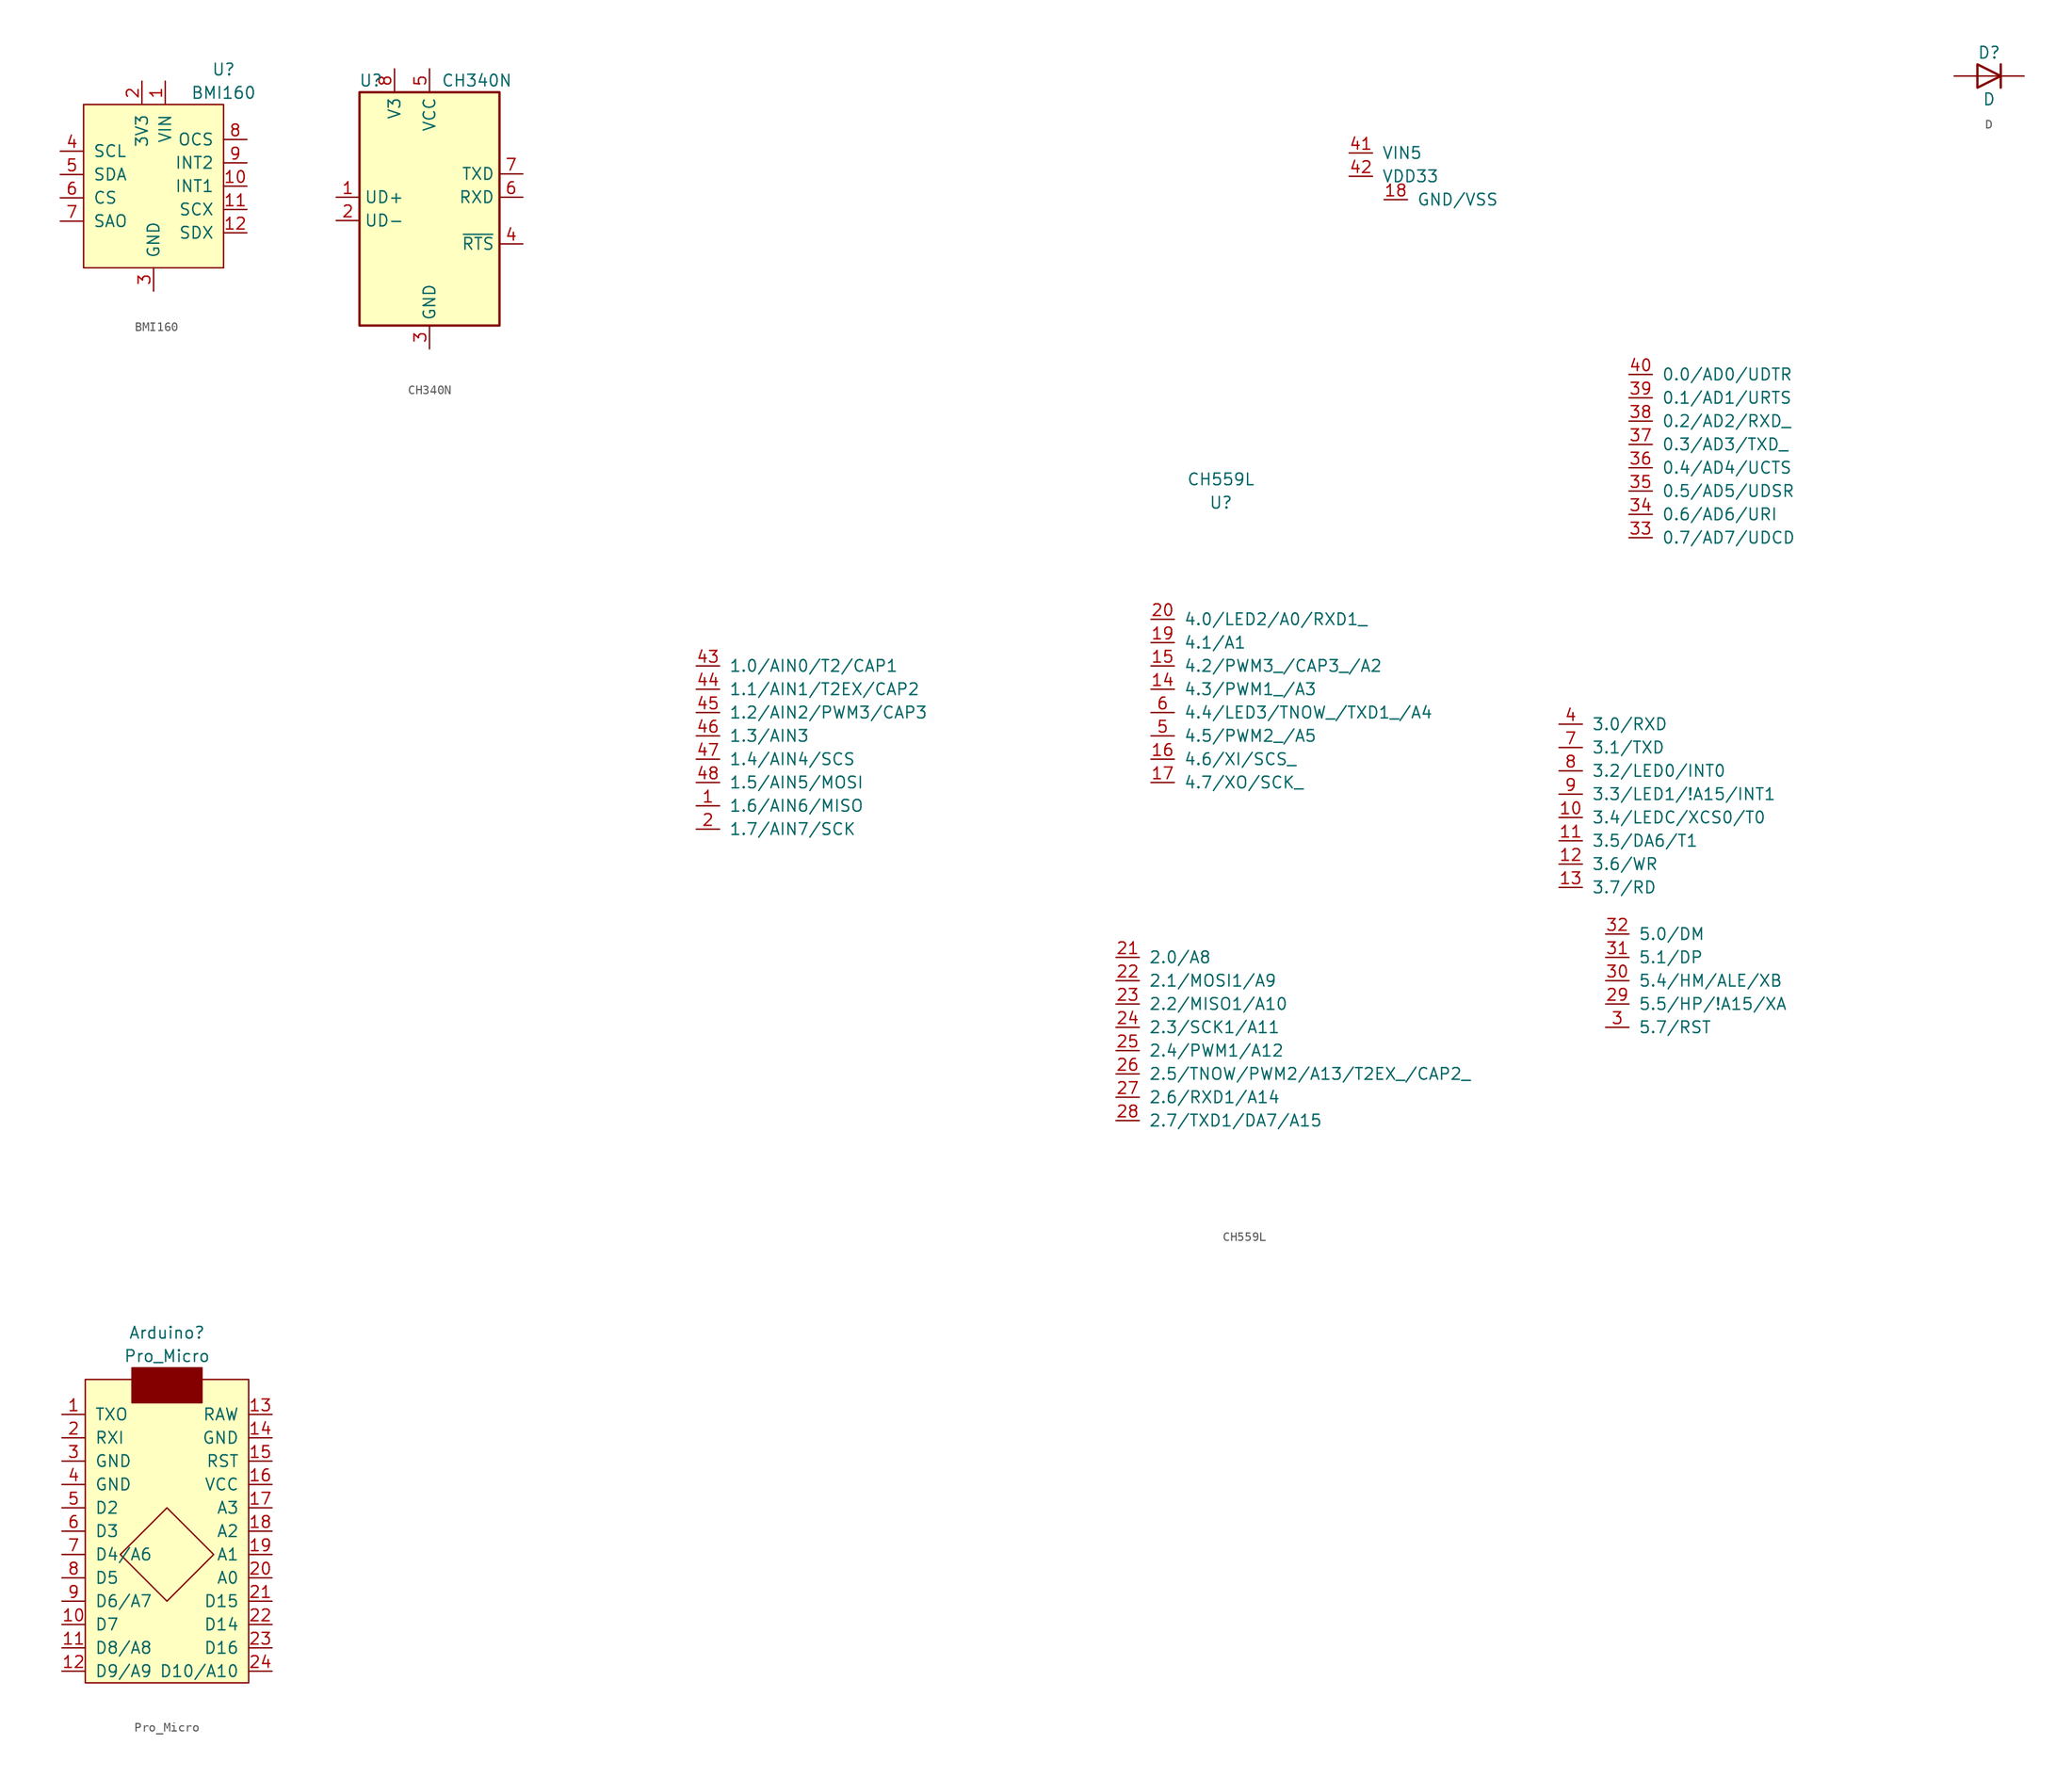
<source format=kicad_sym>
(kicad_symbol_lib
  (version 20231120)
  (generator "kicad_symbol_editor")
  (generator_version "8.0")
  (symbol "BMI160"
    (pin_names
      (offset 1.016))
    (property "Reference" "U"
      (at 7.62 12.7 0)
      (effects (font (size 1.27 1.27))))
    (property "Value" "BMI160"
      (at 7.62 10.16 0)
      (effects (font (size 1.27 1.27))))
    (symbol "BMI160_0_1"
      (rectangle (start 7.62 8.89) (end -7.62 -8.89) (stroke (width 0) (type solid)) (fill (type background))))
    (symbol "BMI160_1_1"
      (pin power_in line (at 1.27 11.43 270) (length 2.54) (name "VIN" (effects (font (size 1.27 1.27)))) (number "1" (effects (font (size 1.27 1.27)))))
      (pin output line (at 10.16 0 180) (length 2.54) (name "INT1" (effects (font (size 1.27 1.27)))) (number "10" (effects (font (size 1.27 1.27)))))
      (pin bidirectional line (at 10.16 -2.54 180) (length 2.54) (name "SCX" (effects (font (size 1.27 1.27)))) (number "11" (effects (font (size 1.27 1.27)))))
      (pin bidirectional line (at 10.16 -5.08 180) (length 2.54) (name "SDX" (effects (font (size 1.27 1.27)))) (number "12" (effects (font (size 1.27 1.27)))))
      (pin power_in line (at -1.27 11.43 270) (length 2.54) (name "3V3" (effects (font (size 1.27 1.27)))) (number "2" (effects (font (size 1.27 1.27)))))
      (pin power_in line (at 0 -11.43 90) (length 2.54) (name "GND" (effects (font (size 1.27 1.27)))) (number "3" (effects (font (size 1.27 1.27)))))
      (pin bidirectional line (at -10.16 3.81 0) (length 2.54) (name "SCL" (effects (font (size 1.27 1.27)))) (number "4" (effects (font (size 1.27 1.27)))))
      (pin bidirectional line (at -10.16 1.27 0) (length 2.54) (name "SDA" (effects (font (size 1.27 1.27)))) (number "5" (effects (font (size 1.27 1.27)))))
      (pin input line (at -10.16 -1.27 0) (length 2.54) (name "CS" (effects (font (size 1.27 1.27)))) (number "6" (effects (font (size 1.27 1.27)))))
      (pin input line (at -10.16 -3.81 0) (length 2.54) (name "SAO" (effects (font (size 1.27 1.27)))) (number "7" (effects (font (size 1.27 1.27)))))
      (pin bidirectional line (at 10.16 5.08 180) (length 2.54) (name "OCS" (effects (font (size 1.27 1.27)))) (number "8" (effects (font (size 1.27 1.27)))))
      (pin output line (at 10.16 2.54 180) (length 2.54) (name "INT2" (effects (font (size 1.27 1.27)))) (number "9" (effects (font (size 1.27 1.27)))))))
  (symbol "CH340N"
    (property "Reference" "U"
      (at -5.08 13.97 0)
      (effects (font (size 1.27 1.27)) (justify right)))
    (property "Value" "CH340N"
      (at 1.27 13.97 0)
      (effects (font (size 1.27 1.27)) (justify left)))
    (symbol "CH340N_0_1"
      (rectangle (start -7.62 12.7) (end 7.62 -12.7) (stroke (width 0.254) (type solid)) (fill (type background))))
    (symbol "CH340N_1_1"
      (pin bidirectional line (at -10.16 1.27 0) (length 2.54) (name "UD+" (effects (font (size 1.27 1.27)))) (number "1" (effects (font (size 1.27 1.27)))))
      (pin bidirectional line (at -10.16 -1.27 0) (length 2.54) (name "UD-" (effects (font (size 1.27 1.27)))) (number "2" (effects (font (size 1.27 1.27)))))
      (pin power_in line (at 0 -15.24 90) (length 2.54) (name "GND" (effects (font (size 1.27 1.27)))) (number "3" (effects (font (size 1.27 1.27)))))
      (pin output line (at 10.16 -3.81 180) (length 2.54) (name "~{RTS}" (effects (font (size 1.27 1.27)))) (number "4" (effects (font (size 1.27 1.27)))))
      (pin power_in line (at 0 15.24 270) (length 2.54) (name "VCC" (effects (font (size 1.27 1.27)))) (number "5" (effects (font (size 1.27 1.27)))))
      (pin input line (at 10.16 1.27 180) (length 2.54) (name "RXD" (effects (font (size 1.27 1.27)))) (number "6" (effects (font (size 1.27 1.27)))))
      (pin output line (at 10.16 3.81 180) (length 2.54) (name "TXD" (effects (font (size 1.27 1.27)))) (number "7" (effects (font (size 1.27 1.27)))))
      (pin passive line (at -3.81 15.24 270) (length 2.54) (name "V3" (effects (font (size 1.27 1.27)))) (number "8" (effects (font (size 1.27 1.27)))))))
  (symbol "CH559L"
    (pin_names
      (offset 1.016))
    (property "Reference" "U"
      (at 0 -1.27 0)
      (effects (font (size 1.27 1.27))))
    (property "Value" "CH559L"
      (at 0 1.27 0)
      (effects (font (size 1.27 1.27))))
    (symbol "CH559L_1_1"
      (pin input line (at -57.15 -34.29 0) (length 2.54) (name "1.6/AIN6/MISO" (effects (font (size 1.27 1.27)))) (number "1" (effects (font (size 1.27 1.27)))))
      (pin input line (at 36.83 -35.56 0) (length 2.54) (name "3.4/LEDC/XCS0/T0" (effects (font (size 1.27 1.27)))) (number "10" (effects (font (size 1.27 1.27)))))
      (pin input line (at 36.83 -38.1 0) (length 2.54) (name "3.5/DA6/T1" (effects (font (size 1.27 1.27)))) (number "11" (effects (font (size 1.27 1.27)))))
      (pin input line (at 36.83 -40.64 0) (length 2.54) (name "3.6/WR" (effects (font (size 1.27 1.27)))) (number "12" (effects (font (size 1.27 1.27)))))
      (pin input line (at 36.83 -43.18 0) (length 2.54) (name "3.7/RD" (effects (font (size 1.27 1.27)))) (number "13" (effects (font (size 1.27 1.27)))))
      (pin input line (at -7.62 -21.59 0) (length 2.54) (name "4.3/PWM1_/A3" (effects (font (size 1.27 1.27)))) (number "14" (effects (font (size 1.27 1.27)))))
      (pin input line (at -7.62 -19.05 0) (length 2.54) (name "4.2/PWM3_/CAP3_/A2" (effects (font (size 1.27 1.27)))) (number "15" (effects (font (size 1.27 1.27)))))
      (pin input line (at -7.62 -29.21 0) (length 2.54) (name "4.6/XI/SCS_" (effects (font (size 1.27 1.27)))) (number "16" (effects (font (size 1.27 1.27)))))
      (pin input line (at -7.62 -31.75 0) (length 2.54) (name "4.7/XO/SCK_" (effects (font (size 1.27 1.27)))) (number "17" (effects (font (size 1.27 1.27)))))
      (pin power_in line (at 17.78 31.75 0) (length 2.54) (name "GND/VSS" (effects (font (size 1.27 1.27)))) (number "18" (effects (font (size 1.27 1.27)))))
      (pin input line (at -7.62 -16.51 0) (length 2.54) (name "4.1/A1" (effects (font (size 1.27 1.27)))) (number "19" (effects (font (size 1.27 1.27)))))
      (pin input line (at -57.15 -36.83 0) (length 2.54) (name "1.7/AIN7/SCK" (effects (font (size 1.27 1.27)))) (number "2" (effects (font (size 1.27 1.27)))))
      (pin input line (at -7.62 -13.97 0) (length 2.54) (name "4.0/LED2/A0/RXD1_" (effects (font (size 1.27 1.27)))) (number "20" (effects (font (size 1.27 1.27)))))
      (pin input line (at -11.43 -50.8 0) (length 2.54) (name "2.0/A8" (effects (font (size 1.27 1.27)))) (number "21" (effects (font (size 1.27 1.27)))))
      (pin input line (at -11.43 -53.34 0) (length 2.54) (name "2.1/MOSI1/A9" (effects (font (size 1.27 1.27)))) (number "22" (effects (font (size 1.27 1.27)))))
      (pin input line (at -11.43 -55.88 0) (length 2.54) (name "2.2/MISO1/A10" (effects (font (size 1.27 1.27)))) (number "23" (effects (font (size 1.27 1.27)))))
      (pin input line (at -11.43 -58.42 0) (length 2.54) (name "2.3/SCK1/A11" (effects (font (size 1.27 1.27)))) (number "24" (effects (font (size 1.27 1.27)))))
      (pin input line (at -11.43 -60.96 0) (length 2.54) (name "2.4/PWM1/A12" (effects (font (size 1.27 1.27)))) (number "25" (effects (font (size 1.27 1.27)))))
      (pin input line (at -11.43 -63.5 0) (length 2.54) (name "2.5/TNOW/PWM2/A13/T2EX_/CAP2_" (effects (font (size 1.27 1.27)))) (number "26" (effects (font (size 1.27 1.27)))))
      (pin input line (at -11.43 -66.04 0) (length 2.54) (name "2.6/RXD1/A14" (effects (font (size 1.27 1.27)))) (number "27" (effects (font (size 1.27 1.27)))))
      (pin input line (at -11.43 -68.58 0) (length 2.54) (name "2.7/TXD1/DA7/A15" (effects (font (size 1.27 1.27)))) (number "28" (effects (font (size 1.27 1.27)))))
      (pin input line (at 41.91 -55.88 0) (length 2.54) (name "5.5/HP/!A15/XA" (effects (font (size 1.27 1.27)))) (number "29" (effects (font (size 1.27 1.27)))))
      (pin input line (at 41.91 -58.42 0) (length 2.54) (name "5.7/RST" (effects (font (size 1.27 1.27)))) (number "3" (effects (font (size 1.27 1.27)))))
      (pin input line (at 41.91 -53.34 0) (length 2.54) (name "5.4/HM/ALE/XB" (effects (font (size 1.27 1.27)))) (number "30" (effects (font (size 1.27 1.27)))))
      (pin input line (at 41.91 -50.8 0) (length 2.54) (name "5.1/DP" (effects (font (size 1.27 1.27)))) (number "31" (effects (font (size 1.27 1.27)))))
      (pin input line (at 41.91 -48.26 0) (length 2.54) (name "5.0/DM" (effects (font (size 1.27 1.27)))) (number "32" (effects (font (size 1.27 1.27)))))
      (pin input line (at 44.45 -5.08 0) (length 2.54) (name "0.7/AD7/UDCD" (effects (font (size 1.27 1.27)))) (number "33" (effects (font (size 1.27 1.27)))))
      (pin input line (at 44.45 -2.54 0) (length 2.54) (name "0.6/AD6/URI" (effects (font (size 1.27 1.27)))) (number "34" (effects (font (size 1.27 1.27)))))
      (pin input line (at 44.45 0 0) (length 2.54) (name "0.5/AD5/UDSR" (effects (font (size 1.27 1.27)))) (number "35" (effects (font (size 1.27 1.27)))))
      (pin input line (at 44.45 2.54 0) (length 2.54) (name "0.4/AD4/UCTS" (effects (font (size 1.27 1.27)))) (number "36" (effects (font (size 1.27 1.27)))))
      (pin input line (at 44.45 5.08 0) (length 2.54) (name "0.3/AD3/TXD_" (effects (font (size 1.27 1.27)))) (number "37" (effects (font (size 1.27 1.27)))))
      (pin input line (at 44.45 7.62 0) (length 2.54) (name "0.2/AD2/RXD_" (effects (font (size 1.27 1.27)))) (number "38" (effects (font (size 1.27 1.27)))))
      (pin input line (at 44.45 10.16 0) (length 2.54) (name "0.1/AD1/URTS" (effects (font (size 1.27 1.27)))) (number "39" (effects (font (size 1.27 1.27)))))
      (pin input line (at 36.83 -25.4 0) (length 2.54) (name "3.0/RXD" (effects (font (size 1.27 1.27)))) (number "4" (effects (font (size 1.27 1.27)))))
      (pin input line (at 44.45 12.7 0) (length 2.54) (name "0.0/AD0/UDTR" (effects (font (size 1.27 1.27)))) (number "40" (effects (font (size 1.27 1.27)))))
      (pin input line (at 13.97 36.83 0) (length 2.54) (name "VIN5" (effects (font (size 1.27 1.27)))) (number "41" (effects (font (size 1.27 1.27)))))
      (pin input line (at 13.97 34.29 0) (length 2.54) (name "VDD33" (effects (font (size 1.27 1.27)))) (number "42" (effects (font (size 1.27 1.27)))))
      (pin input line (at -57.15 -19.05 0) (length 2.54) (name "1.0/AIN0/T2/CAP1" (effects (font (size 1.27 1.27)))) (number "43" (effects (font (size 1.27 1.27)))))
      (pin input line (at -57.15 -21.59 0) (length 2.54) (name "1.1/AIN1/T2EX/CAP2" (effects (font (size 1.27 1.27)))) (number "44" (effects (font (size 1.27 1.27)))))
      (pin input line (at -57.15 -24.13 0) (length 2.54) (name "1.2/AIN2/PWM3/CAP3" (effects (font (size 1.27 1.27)))) (number "45" (effects (font (size 1.27 1.27)))))
      (pin input line (at -57.15 -26.67 0) (length 2.54) (name "1.3/AIN3" (effects (font (size 1.27 1.27)))) (number "46" (effects (font (size 1.27 1.27)))))
      (pin input line (at -57.15 -29.21 0) (length 2.54) (name "1.4/AIN4/SCS" (effects (font (size 1.27 1.27)))) (number "47" (effects (font (size 1.27 1.27)))))
      (pin input line (at -57.15 -31.75 0) (length 2.54) (name "1.5/AIN5/MOSI" (effects (font (size 1.27 1.27)))) (number "48" (effects (font (size 1.27 1.27)))))
      (pin input line (at -7.62 -26.67 0) (length 2.54) (name "4.5/PWM2_/A5" (effects (font (size 1.27 1.27)))) (number "5" (effects (font (size 1.27 1.27)))))
      (pin input line (at -7.62 -24.13 0) (length 2.54) (name "4.4/LED3/TNOW_/TXD1_/A4" (effects (font (size 1.27 1.27)))) (number "6" (effects (font (size 1.27 1.27)))))
      (pin input line (at 36.83 -27.94 0) (length 2.54) (name "3.1/TXD" (effects (font (size 1.27 1.27)))) (number "7" (effects (font (size 1.27 1.27)))))
      (pin input line (at 36.83 -30.48 0) (length 2.54) (name "3.2/LED0/INT0" (effects (font (size 1.27 1.27)))) (number "8" (effects (font (size 1.27 1.27)))))
      (pin input line (at 36.83 -33.02 0) (length 2.54) (name "3.3/LED1/!A15/INT1" (effects (font (size 1.27 1.27)))) (number "9" (effects (font (size 1.27 1.27)))))))
  (symbol "D"
    (pin_numbers hide)
    (pin_names
      (offset 1.016) hide)
    (property "Reference" "D"
      (at 0 2.54 0)
      (effects (font (size 1.27 1.27))))
    (property "Value" "D"
      (at 0 -2.54 0)
      (effects (font (size 1.27 1.27))))
    (symbol "D_0_1"
      (polyline (pts (xy -1.27 0) (xy 1.27 0)) (stroke (width 0) (type solid)) (fill (type none)))
      (polyline (pts (xy 1.27 -1.27) (xy 1.27 1.27)) (stroke (width 0.254) (type solid)) (fill (type none)))
      (polyline (pts (xy -1.27 -1.27) (xy -1.27 1.27) (xy 1.27 0) (xy -1.27 -1.27)) (stroke (width 0.254) (type solid)) (fill (type none))))
    (symbol "D_1_1"
      (pin passive line (at 3.81 0 180) (length 2.54) (name "K" (effects (font (size 1.27 1.27)))) (number "1" (effects (font (size 1.27 1.27)))))
      (pin passive line (at -3.81 0 0) (length 2.54) (name "A" (effects (font (size 1.27 1.27)))) (number "2" (effects (font (size 1.27 1.27)))))))
  (symbol "Pro_Micro"
    (pin_names
      (offset 1.016))
    (property "Reference" "Arduino"
      (at 0 24.13 0)
      (effects (font (size 1.27 1.27))))
    (property "Value" "Pro_Micro"
      (at 0 21.59 0)
      (effects (font (size 1.27 1.27))))
    (symbol "Pro_Micro_0_1"
      (rectangle (start -8.89 19.05) (end 8.89 -13.97) (stroke (width 0) (type solid)) (fill (type background)))
      (rectangle (start -3.81 16.51) (end 3.81 20.32) (stroke (width 0) (type solid)) (fill (type outline)))
      (polyline (pts (xy -5.08 0) (xy 0 5.08) (xy 5.08 0) (xy 0 -5.08) (xy -5.08 0)) (stroke (width 0) (type solid)) (fill (type none))))
    (symbol "Pro_Micro_1_1"
      (pin output line (at -11.43 15.24 0) (length 2.54) (name "TXO" (effects (font (size 1.27 1.27)))) (number "1" (effects (font (size 1.27 1.27)))))
      (pin bidirectional line (at -11.43 -7.62 0) (length 2.54) (name "D7" (effects (font (size 1.27 1.27)))) (number "10" (effects (font (size 1.27 1.27)))))
      (pin bidirectional line (at -11.43 -10.16 0) (length 2.54) (name "D8/A8" (effects (font (size 1.27 1.27)))) (number "11" (effects (font (size 1.27 1.27)))))
      (pin bidirectional line (at -11.43 -12.7 0) (length 2.54) (name "D9/A9" (effects (font (size 1.27 1.27)))) (number "12" (effects (font (size 1.27 1.27)))))
      (pin power_out line (at 11.43 15.24 180) (length 2.54) (name "RAW" (effects (font (size 1.27 1.27)))) (number "13" (effects (font (size 1.27 1.27)))))
      (pin power_in line (at 11.43 12.7 180) (length 2.54) (name "GND" (effects (font (size 1.27 1.27)))) (number "14" (effects (font (size 1.27 1.27)))))
      (pin output line (at 11.43 10.16 180) (length 2.54) (name "RST" (effects (font (size 1.27 1.27)))) (number "15" (effects (font (size 1.27 1.27)))))
      (pin power_out line (at 11.43 7.62 180) (length 2.54) (name "VCC" (effects (font (size 1.27 1.27)))) (number "16" (effects (font (size 1.27 1.27)))))
      (pin bidirectional line (at 11.43 5.08 180) (length 2.54) (name "A3" (effects (font (size 1.27 1.27)))) (number "17" (effects (font (size 1.27 1.27)))))
      (pin bidirectional line (at 11.43 2.54 180) (length 2.54) (name "A2" (effects (font (size 1.27 1.27)))) (number "18" (effects (font (size 1.27 1.27)))))
      (pin bidirectional line (at 11.43 0 180) (length 2.54) (name "A1" (effects (font (size 1.27 1.27)))) (number "19" (effects (font (size 1.27 1.27)))))
      (pin input line (at -11.43 12.7 0) (length 2.54) (name "RXI" (effects (font (size 1.27 1.27)))) (number "2" (effects (font (size 1.27 1.27)))))
      (pin bidirectional line (at 11.43 -2.54 180) (length 2.54) (name "A0" (effects (font (size 1.27 1.27)))) (number "20" (effects (font (size 1.27 1.27)))))
      (pin bidirectional line (at 11.43 -5.08 180) (length 2.54) (name "D15" (effects (font (size 1.27 1.27)))) (number "21" (effects (font (size 1.27 1.27)))))
      (pin bidirectional line (at 11.43 -7.62 180) (length 2.54) (name "D14" (effects (font (size 1.27 1.27)))) (number "22" (effects (font (size 1.27 1.27)))))
      (pin bidirectional line (at 11.43 -10.16 180) (length 2.54) (name "D16" (effects (font (size 1.27 1.27)))) (number "23" (effects (font (size 1.27 1.27)))))
      (pin bidirectional line (at 11.43 -12.7 180) (length 2.54) (name "D10/A10" (effects (font (size 1.27 1.27)))) (number "24" (effects (font (size 1.27 1.27)))))
      (pin power_in line (at -11.43 10.16 0) (length 2.54) (name "GND" (effects (font (size 1.27 1.27)))) (number "3" (effects (font (size 1.27 1.27)))))
      (pin power_in line (at -11.43 7.62 0) (length 2.54) (name "GND" (effects (font (size 1.27 1.27)))) (number "4" (effects (font (size 1.27 1.27)))))
      (pin bidirectional line (at -11.43 5.08 0) (length 2.54) (name "D2" (effects (font (size 1.27 1.27)))) (number "5" (effects (font (size 1.27 1.27)))))
      (pin bidirectional line (at -11.43 2.54 0) (length 2.54) (name "D3" (effects (font (size 1.27 1.27)))) (number "6" (effects (font (size 1.27 1.27)))))
      (pin bidirectional line (at -11.43 0 0) (length 2.54) (name "D4/A6" (effects (font (size 1.27 1.27)))) (number "7" (effects (font (size 1.27 1.27)))))
      (pin bidirectional line (at -11.43 -2.54 0) (length 2.54) (name "D5" (effects (font (size 1.27 1.27)))) (number "8" (effects (font (size 1.27 1.27)))))
      (pin bidirectional line (at -11.43 -5.08 0) (length 2.54) (name "D6/A7" (effects (font (size 1.27 1.27)))) (number "9" (effects (font (size 1.27 1.27))))))))
</source>
